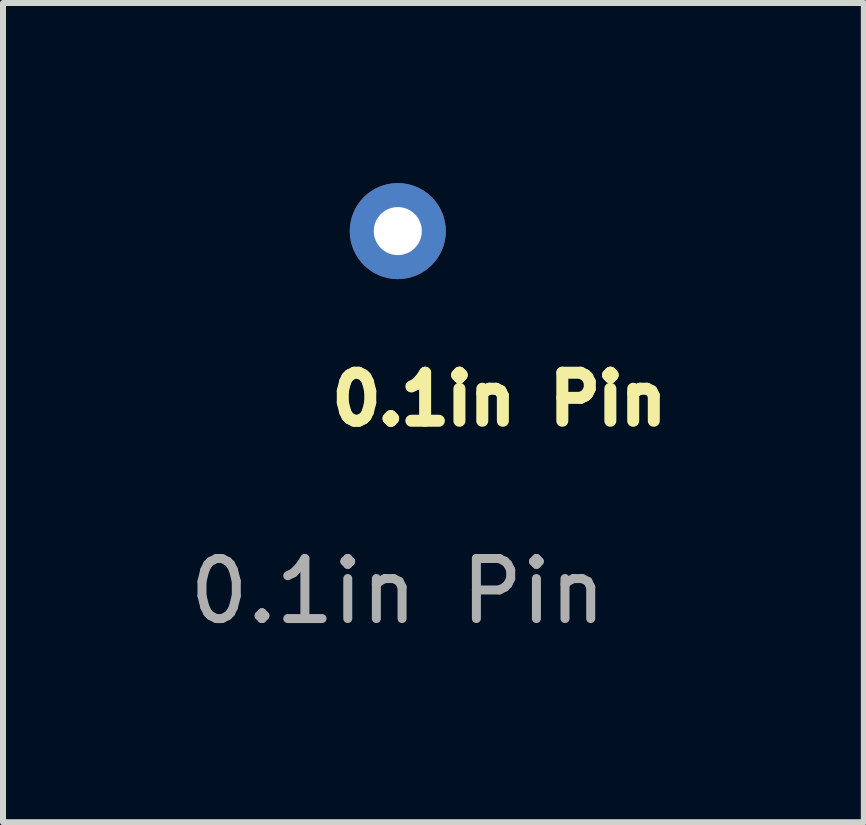
<source format=kicad_pcb>
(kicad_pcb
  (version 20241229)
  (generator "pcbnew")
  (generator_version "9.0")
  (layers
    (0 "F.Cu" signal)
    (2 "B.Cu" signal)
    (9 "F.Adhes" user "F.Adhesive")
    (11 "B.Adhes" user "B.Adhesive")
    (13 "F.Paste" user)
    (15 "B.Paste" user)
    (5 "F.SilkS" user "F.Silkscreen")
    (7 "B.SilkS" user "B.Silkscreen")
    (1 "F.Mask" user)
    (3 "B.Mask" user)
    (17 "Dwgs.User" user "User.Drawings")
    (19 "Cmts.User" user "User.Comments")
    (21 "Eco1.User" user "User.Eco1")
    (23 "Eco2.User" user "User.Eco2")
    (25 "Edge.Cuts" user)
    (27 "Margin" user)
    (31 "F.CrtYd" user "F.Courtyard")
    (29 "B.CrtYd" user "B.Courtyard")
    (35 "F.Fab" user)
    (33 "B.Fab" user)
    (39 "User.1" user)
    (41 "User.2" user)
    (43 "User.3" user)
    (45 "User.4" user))
  (footprint "0.1in Pin"
    (layer "F.Cu")
    (at 3.577 0.8)
    (property "Reference" "0.1in Pin" (at -1.2 2.8 0) (unlocked yes) (layer "F.SilkS") (effects (font (size 0.8 0.8) (thickness 0.2) (bold yes)) (justify left)))
    (attr through_hole exclude_from_bom dnp)
    (fp_text user "${REFERENCE}" (at 0 6 0) (unlocked yes) (layer "F.Fab") (effects (font (size 1 1) (thickness 0.15))))
    (pad "1" thru_hole circle (at 0 0) (size 1.6 1.6) (drill 0.8) (layers "*.Cu" "*.Mask")))
  (gr_rect
    (start -3 -3)
    (end 11.341 10.648)
    (stroke (width 0.1) (type default))
    (fill no)
    (layer "Edge.Cuts")))
</source>
